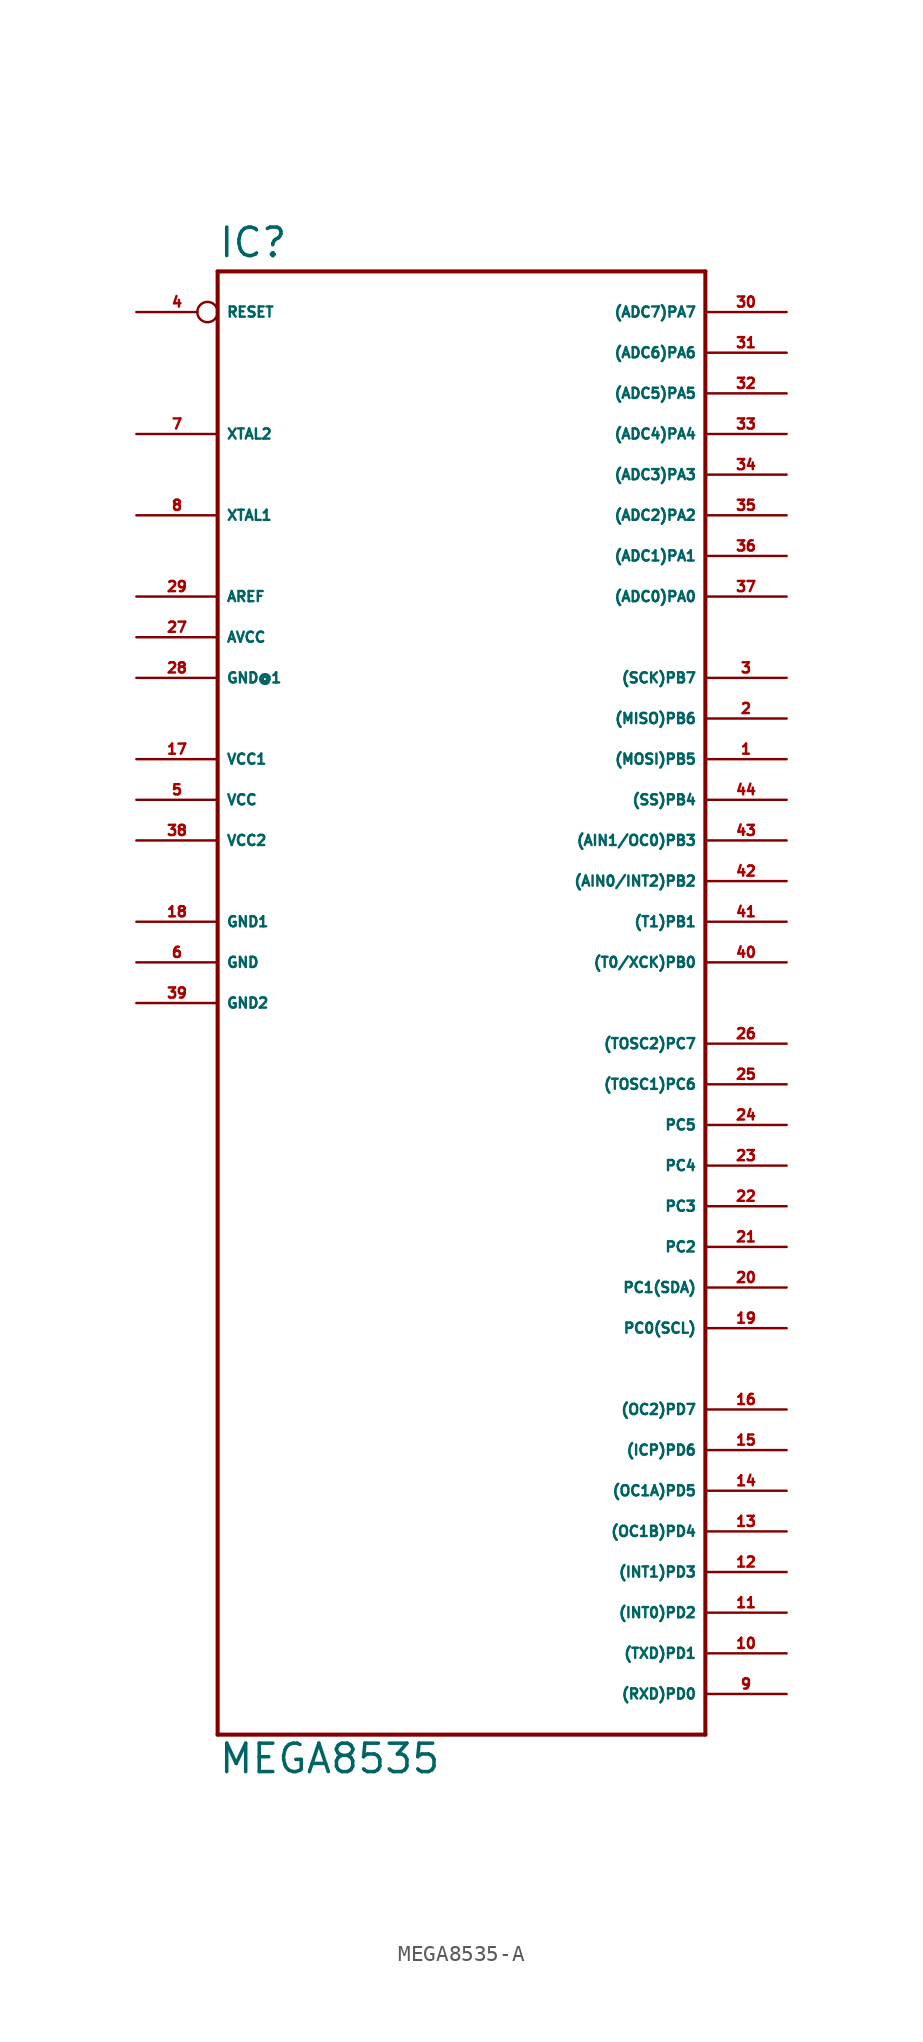
<source format=kicad_sym>
(kicad_symbol_lib
  (version 20220914)
  (generator Eagle2Kicad)
  (symbol "MEGA8535-A"
    (property "Reference" "IC"
      (at -15.24 43.942 0)
      (effects (font (size 1.778 1.778) (thickness 0.22)) (justify left bottom)))
    (property "Value" "MEGA8535"
      (at -15.24 -50.8 0)
      (effects (font (size 1.778 1.778) (thickness 0.22)) (justify left bottom)))
    (polyline
      (pts (xy -15.24 43.18) (xy 15.24 43.18))
      (stroke (width 0.254) (type default))
      (fill (type none)))
    (polyline
      (pts (xy 15.24 43.18) (xy 15.24 -48.26))
      (stroke (width 0.254) (type default))
      (fill (type none)))
    (polyline
      (pts (xy 15.24 -48.26) (xy -15.24 -48.26))
      (stroke (width 0.254) (type default))
      (fill (type none)))
    (polyline
      (pts (xy -15.24 -48.26) (xy -15.24 43.18))
      (stroke (width 0.254) (type default))
      (fill (type none)))
    (pin bidirectional line
      (at 20.32 40.64 180)
      (length 5.08)
      (name "(ADC7)PA7" (effects (font (size 0.635 0.635) (thickness 0.08)) (justify left bottom)))
      (number "30" (effects (font (size 0.635 0.635) (thickness 0.08)) (justify left bottom))))
    (pin bidirectional line
      (at 20.32 38.1 180)
      (length 5.08)
      (name "(ADC6)PA6" (effects (font (size 0.635 0.635) (thickness 0.08)) (justify left bottom)))
      (number "31" (effects (font (size 0.635 0.635) (thickness 0.08)) (justify left bottom))))
    (pin bidirectional line
      (at 20.32 35.56 180)
      (length 5.08)
      (name "(ADC5)PA5" (effects (font (size 0.635 0.635) (thickness 0.08)) (justify left bottom)))
      (number "32" (effects (font (size 0.635 0.635) (thickness 0.08)) (justify left bottom))))
    (pin bidirectional line
      (at 20.32 33.02 180)
      (length 5.08)
      (name "(ADC4)PA4" (effects (font (size 0.635 0.635) (thickness 0.08)) (justify left bottom)))
      (number "33" (effects (font (size 0.635 0.635) (thickness 0.08)) (justify left bottom))))
    (pin bidirectional line
      (at 20.32 30.48 180)
      (length 5.08)
      (name "(ADC3)PA3" (effects (font (size 0.635 0.635) (thickness 0.08)) (justify left bottom)))
      (number "34" (effects (font (size 0.635 0.635) (thickness 0.08)) (justify left bottom))))
    (pin bidirectional line
      (at 20.32 27.94 180)
      (length 5.08)
      (name "(ADC2)PA2" (effects (font (size 0.635 0.635) (thickness 0.08)) (justify left bottom)))
      (number "35" (effects (font (size 0.635 0.635) (thickness 0.08)) (justify left bottom))))
    (pin bidirectional line
      (at 20.32 25.4 180)
      (length 5.08)
      (name "(ADC1)PA1" (effects (font (size 0.635 0.635) (thickness 0.08)) (justify left bottom)))
      (number "36" (effects (font (size 0.635 0.635) (thickness 0.08)) (justify left bottom))))
    (pin bidirectional line
      (at 20.32 22.86 180)
      (length 5.08)
      (name "(ADC0)PA0" (effects (font (size 0.635 0.635) (thickness 0.08)) (justify left bottom)))
      (number "37" (effects (font (size 0.635 0.635) (thickness 0.08)) (justify left bottom))))
    (pin bidirectional line
      (at 20.32 17.78 180)
      (length 5.08)
      (name "(SCK)PB7" (effects (font (size 0.635 0.635) (thickness 0.08)) (justify left bottom)))
      (number "3" (effects (font (size 0.635 0.635) (thickness 0.08)) (justify left bottom))))
    (pin bidirectional line
      (at 20.32 15.24 180)
      (length 5.08)
      (name "(MISO)PB6" (effects (font (size 0.635 0.635) (thickness 0.08)) (justify left bottom)))
      (number "2" (effects (font (size 0.635 0.635) (thickness 0.08)) (justify left bottom))))
    (pin bidirectional line
      (at 20.32 12.7 180)
      (length 5.08)
      (name "(MOSI)PB5" (effects (font (size 0.635 0.635) (thickness 0.08)) (justify left bottom)))
      (number "1" (effects (font (size 0.635 0.635) (thickness 0.08)) (justify left bottom))))
    (pin bidirectional line
      (at 20.32 10.16 180)
      (length 5.08)
      (name "(SS)PB4" (effects (font (size 0.635 0.635) (thickness 0.08)) (justify left bottom)))
      (number "44" (effects (font (size 0.635 0.635) (thickness 0.08)) (justify left bottom))))
    (pin bidirectional line
      (at 20.32 7.62 180)
      (length 5.08)
      (name "(AIN1/OC0)PB3" (effects (font (size 0.635 0.635) (thickness 0.08)) (justify left bottom)))
      (number "43" (effects (font (size 0.635 0.635) (thickness 0.08)) (justify left bottom))))
    (pin bidirectional line
      (at 20.32 5.08 180)
      (length 5.08)
      (name "(AIN0/INT2)PB2" (effects (font (size 0.635 0.635) (thickness 0.08)) (justify left bottom)))
      (number "42" (effects (font (size 0.635 0.635) (thickness 0.08)) (justify left bottom))))
    (pin bidirectional line
      (at 20.32 2.54 180)
      (length 5.08)
      (name "(T1)PB1" (effects (font (size 0.635 0.635) (thickness 0.08)) (justify left bottom)))
      (number "41" (effects (font (size 0.635 0.635) (thickness 0.08)) (justify left bottom))))
    (pin bidirectional line
      (at 20.32 0 180)
      (length 5.08)
      (name "(T0/XCK)PB0" (effects (font (size 0.635 0.635) (thickness 0.08)) (justify left bottom)))
      (number "40" (effects (font (size 0.635 0.635) (thickness 0.08)) (justify left bottom))))
    (pin bidirectional line
      (at 20.32 -5.08 180)
      (length 5.08)
      (name "(TOSC2)PC7" (effects (font (size 0.635 0.635) (thickness 0.08)) (justify left bottom)))
      (number "26" (effects (font (size 0.635 0.635) (thickness 0.08)) (justify left bottom))))
    (pin bidirectional line
      (at 20.32 -7.62 180)
      (length 5.08)
      (name "(TOSC1)PC6" (effects (font (size 0.635 0.635) (thickness 0.08)) (justify left bottom)))
      (number "25" (effects (font (size 0.635 0.635) (thickness 0.08)) (justify left bottom))))
    (pin bidirectional line
      (at 20.32 -10.16 180)
      (length 5.08)
      (name "PC5" (effects (font (size 0.635 0.635) (thickness 0.08)) (justify left bottom)))
      (number "24" (effects (font (size 0.635 0.635) (thickness 0.08)) (justify left bottom))))
    (pin bidirectional line
      (at 20.32 -12.7 180)
      (length 5.08)
      (name "PC4" (effects (font (size 0.635 0.635) (thickness 0.08)) (justify left bottom)))
      (number "23" (effects (font (size 0.635 0.635) (thickness 0.08)) (justify left bottom))))
    (pin bidirectional line
      (at 20.32 -15.24 180)
      (length 5.08)
      (name "PC3" (effects (font (size 0.635 0.635) (thickness 0.08)) (justify left bottom)))
      (number "22" (effects (font (size 0.635 0.635) (thickness 0.08)) (justify left bottom))))
    (pin bidirectional line
      (at 20.32 -17.78 180)
      (length 5.08)
      (name "PC2" (effects (font (size 0.635 0.635) (thickness 0.08)) (justify left bottom)))
      (number "21" (effects (font (size 0.635 0.635) (thickness 0.08)) (justify left bottom))))
    (pin bidirectional line
      (at 20.32 -20.32 180)
      (length 5.08)
      (name "PC1(SDA)" (effects (font (size 0.635 0.635) (thickness 0.08)) (justify left bottom)))
      (number "20" (effects (font (size 0.635 0.635) (thickness 0.08)) (justify left bottom))))
    (pin bidirectional line
      (at 20.32 -22.86 180)
      (length 5.08)
      (name "PC0(SCL)" (effects (font (size 0.635 0.635) (thickness 0.08)) (justify left bottom)))
      (number "19" (effects (font (size 0.635 0.635) (thickness 0.08)) (justify left bottom))))
    (pin unspecified line
      (at -20.32 17.78 0)
      (length 5.08)
      (name "GND@1" (effects (font (size 0.635 0.635) (thickness 0.08)) (justify left bottom)))
      (number "28" (effects (font (size 0.635 0.635) (thickness 0.08)) (justify left bottom))))
    (pin unspecified line
      (at -20.32 20.32 0)
      (length 5.08)
      (name "AVCC" (effects (font (size 0.635 0.635) (thickness 0.08)) (justify left bottom)))
      (number "27" (effects (font (size 0.635 0.635) (thickness 0.08)) (justify left bottom))))
    (pin passive line
      (at -20.32 22.86 0)
      (length 5.08)
      (name "AREF" (effects (font (size 0.635 0.635) (thickness 0.08)) (justify left bottom)))
      (number "29" (effects (font (size 0.635 0.635) (thickness 0.08)) (justify left bottom))))
    (pin bidirectional line
      (at -20.32 27.94 0)
      (length 5.08)
      (name "XTAL1" (effects (font (size 0.635 0.635) (thickness 0.08)) (justify left bottom)))
      (number "8" (effects (font (size 0.635 0.635) (thickness 0.08)) (justify left bottom))))
    (pin bidirectional line
      (at -20.32 33.02 0)
      (length 5.08)
      (name "XTAL2" (effects (font (size 0.635 0.635) (thickness 0.08)) (justify left bottom)))
      (number "7" (effects (font (size 0.635 0.635) (thickness 0.08)) (justify left bottom))))
    (pin unspecified line
      (at -20.32 2.54 0)
      (length 5.08)
      (name "GND1" (effects (font (size 0.635 0.635) (thickness 0.08)) (justify left bottom)))
      (number "18" (effects (font (size 0.635 0.635) (thickness 0.08)) (justify left bottom))))
    (pin unspecified line
      (at -20.32 -2.54 0)
      (length 5.08)
      (name "GND2" (effects (font (size 0.635 0.635) (thickness 0.08)) (justify left bottom)))
      (number "39" (effects (font (size 0.635 0.635) (thickness 0.08)) (justify left bottom))))
    (pin input inverted
      (at -20.32 40.64 0)
      (length 5.08)
      (name "RESET" (effects (font (size 0.635 0.635) (thickness 0.08)) (justify left bottom)))
      (number "4" (effects (font (size 0.635 0.635) (thickness 0.08)) (justify left bottom))))
    (pin bidirectional line
      (at 20.32 -45.72 180)
      (length 5.08)
      (name "(RXD)PD0" (effects (font (size 0.635 0.635) (thickness 0.08)) (justify left bottom)))
      (number "9" (effects (font (size 0.635 0.635) (thickness 0.08)) (justify left bottom))))
    (pin bidirectional line
      (at 20.32 -43.18 180)
      (length 5.08)
      (name "(TXD)PD1" (effects (font (size 0.635 0.635) (thickness 0.08)) (justify left bottom)))
      (number "10" (effects (font (size 0.635 0.635) (thickness 0.08)) (justify left bottom))))
    (pin bidirectional line
      (at 20.32 -40.64 180)
      (length 5.08)
      (name "(INT0)PD2" (effects (font (size 0.635 0.635) (thickness 0.08)) (justify left bottom)))
      (number "11" (effects (font (size 0.635 0.635) (thickness 0.08)) (justify left bottom))))
    (pin bidirectional line
      (at 20.32 -38.1 180)
      (length 5.08)
      (name "(INT1)PD3" (effects (font (size 0.635 0.635) (thickness 0.08)) (justify left bottom)))
      (number "12" (effects (font (size 0.635 0.635) (thickness 0.08)) (justify left bottom))))
    (pin bidirectional line
      (at 20.32 -35.56 180)
      (length 5.08)
      (name "(OC1B)PD4" (effects (font (size 0.635 0.635) (thickness 0.08)) (justify left bottom)))
      (number "13" (effects (font (size 0.635 0.635) (thickness 0.08)) (justify left bottom))))
    (pin bidirectional line
      (at 20.32 -33.02 180)
      (length 5.08)
      (name "(OC1A)PD5" (effects (font (size 0.635 0.635) (thickness 0.08)) (justify left bottom)))
      (number "14" (effects (font (size 0.635 0.635) (thickness 0.08)) (justify left bottom))))
    (pin bidirectional line
      (at 20.32 -30.48 180)
      (length 5.08)
      (name "(ICP)PD6" (effects (font (size 0.635 0.635) (thickness 0.08)) (justify left bottom)))
      (number "15" (effects (font (size 0.635 0.635) (thickness 0.08)) (justify left bottom))))
    (pin bidirectional line
      (at 20.32 -27.94 180)
      (length 5.08)
      (name "(OC2)PD7" (effects (font (size 0.635 0.635) (thickness 0.08)) (justify left bottom)))
      (number "16" (effects (font (size 0.635 0.635) (thickness 0.08)) (justify left bottom))))
    (pin unspecified line
      (at -20.32 12.7 0)
      (length 5.08)
      (name "VCC1" (effects (font (size 0.635 0.635) (thickness 0.08)) (justify left bottom)))
      (number "17" (effects (font (size 0.635 0.635) (thickness 0.08)) (justify left bottom))))
    (pin unspecified line
      (at -20.32 10.16 0)
      (length 5.08)
      (name "VCC" (effects (font (size 0.635 0.635) (thickness 0.08)) (justify left bottom)))
      (number "5" (effects (font (size 0.635 0.635) (thickness 0.08)) (justify left bottom))))
    (pin unspecified line
      (at -20.32 7.62 0)
      (length 5.08)
      (name "VCC2" (effects (font (size 0.635 0.635) (thickness 0.08)) (justify left bottom)))
      (number "38" (effects (font (size 0.635 0.635) (thickness 0.08)) (justify left bottom))))
    (pin unspecified line
      (at -20.32 0 0)
      (length 5.08)
      (name "GND" (effects (font (size 0.635 0.635) (thickness 0.08)) (justify left bottom)))
      (number "6" (effects (font (size 0.635 0.635) (thickness 0.08)) (justify left bottom))))))
</source>
